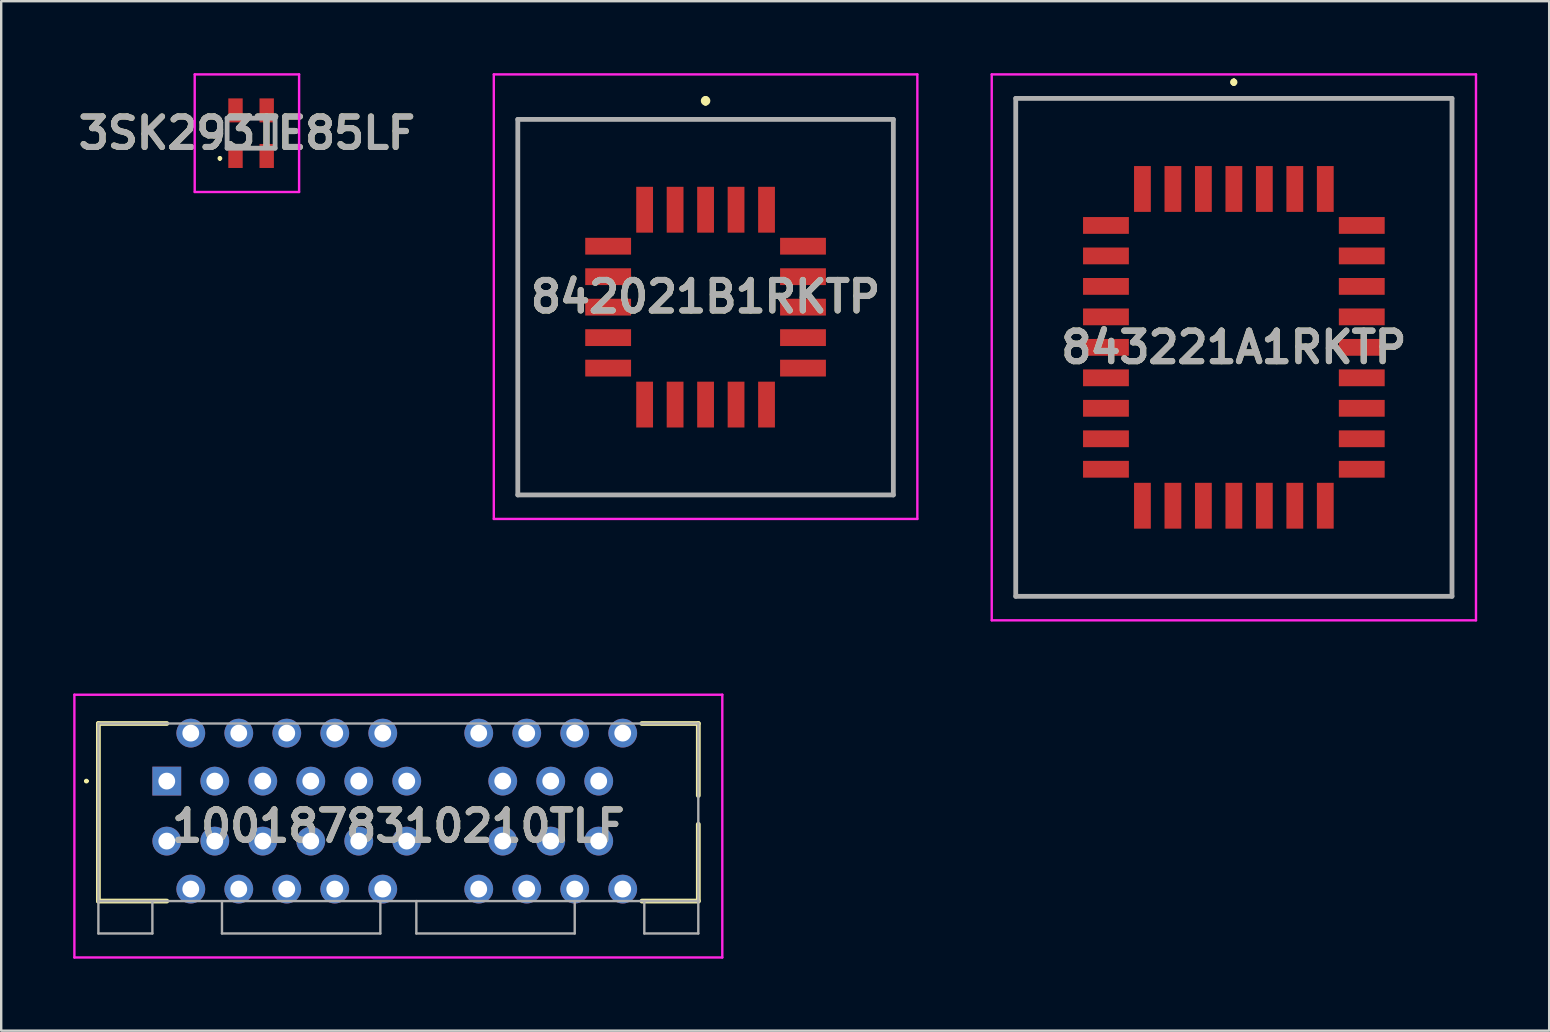
<source format=kicad_pcb>
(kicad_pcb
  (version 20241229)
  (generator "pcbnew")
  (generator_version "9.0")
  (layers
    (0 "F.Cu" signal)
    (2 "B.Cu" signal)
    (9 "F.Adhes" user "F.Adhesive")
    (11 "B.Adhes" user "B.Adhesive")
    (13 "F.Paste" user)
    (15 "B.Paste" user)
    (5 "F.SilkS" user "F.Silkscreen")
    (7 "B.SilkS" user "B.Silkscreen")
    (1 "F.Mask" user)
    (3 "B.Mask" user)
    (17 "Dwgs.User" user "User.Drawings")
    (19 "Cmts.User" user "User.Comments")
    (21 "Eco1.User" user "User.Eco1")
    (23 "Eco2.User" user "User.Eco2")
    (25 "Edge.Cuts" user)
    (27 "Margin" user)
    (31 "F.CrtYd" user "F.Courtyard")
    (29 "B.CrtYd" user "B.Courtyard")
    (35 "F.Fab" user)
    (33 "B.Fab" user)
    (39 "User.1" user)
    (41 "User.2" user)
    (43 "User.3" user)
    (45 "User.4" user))
  (footprint "1001878310210TLF"
    (layer "F.Cu")
    (at 3.9 29.5)
    (property "Reference" "1001878310210TLF" (at 9.65 1.875 0) (layer "F.SilkS") (effects (font (size 1.27 1.27) (thickness 0.254))))
    (attr through_hole)
    (fp_line (start -3.4 0) (end -3.4 0) (stroke (width 0.1) (type solid)) (layer "F.SilkS"))
    (fp_line (start -3.3 0) (end -3.3 0) (stroke (width 0.1) (type solid)) (layer "F.SilkS"))
    (fp_line (start -2.85 -2.4) (end -2.85 5) (stroke (width 0.2) (type solid)) (layer "F.SilkS"))
    (fp_line (start -2.85 5) (end 0 5) (stroke (width 0.2) (type solid)) (layer "F.SilkS"))
    (fp_line (start 0 -2.4) (end -2.85 -2.4) (stroke (width 0.2) (type solid)) (layer "F.SilkS"))
    (fp_line (start 19.8 -2.4) (end 22.15 -2.4) (stroke (width 0.2) (type solid)) (layer "F.SilkS"))
    (fp_line (start 19.8 5) (end 22.15 5) (stroke (width 0.2) (type solid)) (layer "F.SilkS"))
    (fp_line (start 22.15 -2.4) (end 22.15 0.6) (stroke (width 0.2) (type solid)) (layer "F.SilkS"))
    (fp_line (start 22.15 5) (end 22.15 1.8) (stroke (width 0.2) (type solid)) (layer "F.SilkS"))
    (fp_arc (start -3.4 0) (mid -3.35 -0.05) (end -3.3 0) (stroke (width 0.1) (type solid)) (layer "F.SilkS"))
    (fp_arc (start -3.3 0) (mid -3.35 0.05) (end -3.4 0) (stroke (width 0.1) (type solid)) (layer "F.SilkS"))
    (fp_line (start -3.85 -3.6) (end 23.15 -3.6) (stroke (width 0.1) (type solid)) (layer "F.CrtYd"))
    (fp_line (start -3.85 7.35) (end -3.85 -3.6) (stroke (width 0.1) (type solid)) (layer "F.CrtYd"))
    (fp_line (start 23.15 -3.6) (end 23.15 7.35) (stroke (width 0.1) (type solid)) (layer "F.CrtYd"))
    (fp_line (start 23.15 7.35) (end -3.85 7.35) (stroke (width 0.1) (type solid)) (layer "F.CrtYd"))
    (fp_line (start -2.85 -2.4) (end 22.15 -2.4) (stroke (width 0.1) (type solid)) (layer "F.Fab"))
    (fp_line (start -2.85 5) (end -2.85 -2.4) (stroke (width 0.1) (type solid)) (layer "F.Fab"))
    (fp_line (start -2.85 5) (end -2.85 6.35) (stroke (width 0.1) (type solid)) (layer "F.Fab"))
    (fp_line (start -2.85 6.35) (end -0.6 6.35) (stroke (width 0.1) (type solid)) (layer "F.Fab"))
    (fp_line (start -0.6 6.35) (end -0.6 5) (stroke (width 0.1) (type solid)) (layer "F.Fab"))
    (fp_line (start 2.3 6.35) (end 2.3 5) (stroke (width 0.1) (type solid)) (layer "F.Fab"))
    (fp_line (start 8.9 5) (end 8.9 6.35) (stroke (width 0.1) (type solid)) (layer "F.Fab"))
    (fp_line (start 8.9 6.35) (end 2.3 6.35) (stroke (width 0.1) (type solid)) (layer "F.Fab"))
    (fp_line (start 10.4 5) (end 10.4 6.35) (stroke (width 0.1) (type solid)) (layer "F.Fab"))
    (fp_line (start 10.4 6.35) (end 17 6.35) (stroke (width 0.1) (type solid)) (layer "F.Fab"))
    (fp_line (start 17 6.35) (end 17 5) (stroke (width 0.1) (type solid)) (layer "F.Fab"))
    (fp_line (start 19.9 6.35) (end 19.9 5) (stroke (width 0.1) (type solid)) (layer "F.Fab"))
    (fp_line (start 22.15 -2.4) (end 22.15 5) (stroke (width 0.1) (type solid)) (layer "F.Fab"))
    (fp_line (start 22.15 5) (end -2.85 5) (stroke (width 0.1) (type solid)) (layer "F.Fab"))
    (fp_line (start 22.15 5) (end 22.15 6.35) (stroke (width 0.1) (type solid)) (layer "F.Fab"))
    (fp_line (start 22.15 6.35) (end 19.9 6.35) (stroke (width 0.1) (type solid)) (layer "F.Fab"))
    (fp_text user "${REFERENCE}" (at 9.65 1.875 0) (layer "F.Fab") (effects (font (size 1.27 1.27) (thickness 0.254))))
    (pad "" np_thru_hole circle (at 11.65 1.25) (size 0.001 0.001) (drill 2.35) (layers "*.Cu" "*.Mask"))
    (pad "" np_thru_hole circle (at 20.8 1.25) (size 0.001 0.001) (drill 2.35) (layers "*.Cu" "*.Mask"))
    (pad "A1" thru_hole rect (at 0 0) (size 1.2 1.2) (drill 0.7) (layers "*.Cu" "*.Mask"))
    (pad "A2" thru_hole circle (at 1 -2) (size 1.2 1.2) (drill 0.7) (layers "*.Cu" "*.Mask"))
    (pad "A3" thru_hole circle (at 2 0) (size 1.2 1.2) (drill 0.7) (layers "*.Cu" "*.Mask"))
    (pad "A4" thru_hole circle (at 3 -2) (size 1.2 1.2) (drill 0.7) (layers "*.Cu" "*.Mask"))
    (pad "A5" thru_hole circle (at 4 0) (size 1.2 1.2) (drill 0.7) (layers "*.Cu" "*.Mask"))
    (pad "A6" thru_hole circle (at 5 -2) (size 1.2 1.2) (drill 0.7) (layers "*.Cu" "*.Mask"))
    (pad "A7" thru_hole circle (at 6 0) (size 1.2 1.2) (drill 0.7) (layers "*.Cu" "*.Mask"))
    (pad "A8" thru_hole circle (at 7 -2) (size 1.2 1.2) (drill 0.7) (layers "*.Cu" "*.Mask"))
    (pad "A9" thru_hole circle (at 8 0) (size 1.2 1.2) (drill 0.7) (layers "*.Cu" "*.Mask"))
    (pad "A10" thru_hole circle (at 9 -2) (size 1.2 1.2) (drill 0.7) (layers "*.Cu" "*.Mask"))
    (pad "A11" thru_hole circle (at 10 0) (size 1.2 1.2) (drill 0.7) (layers "*.Cu" "*.Mask"))
    (pad "A12" thru_hole circle (at 13 -2) (size 1.2 1.2) (drill 0.7) (layers "*.Cu" "*.Mask"))
    (pad "A13" thru_hole circle (at 14 0) (size 1.2 1.2) (drill 0.7) (layers "*.Cu" "*.Mask"))
    (pad "A14" thru_hole circle (at 15 -2) (size 1.2 1.2) (drill 0.7) (layers "*.Cu" "*.Mask"))
    (pad "A15" thru_hole circle (at 16 0) (size 1.2 1.2) (drill 0.7) (layers "*.Cu" "*.Mask"))
    (pad "A16" thru_hole circle (at 17 -2) (size 1.2 1.2) (drill 0.7) (layers "*.Cu" "*.Mask"))
    (pad "A17" thru_hole circle (at 18 0) (size 1.2 1.2) (drill 0.7) (layers "*.Cu" "*.Mask"))
    (pad "A18" thru_hole circle (at 19 -2) (size 1.2 1.2) (drill 0.7) (layers "*.Cu" "*.Mask"))
    (pad "B1" thru_hole circle (at 0 2.5) (size 1.2 1.2) (drill 0.7) (layers "*.Cu" "*.Mask"))
    (pad "B2" thru_hole circle (at 1 4.5) (size 1.2 1.2) (drill 0.7) (layers "*.Cu" "*.Mask"))
    (pad "B3" thru_hole circle (at 2 2.5) (size 1.2 1.2) (drill 0.7) (layers "*.Cu" "*.Mask"))
    (pad "B4" thru_hole circle (at 3 4.5) (size 1.2 1.2) (drill 0.7) (layers "*.Cu" "*.Mask"))
    (pad "B5" thru_hole circle (at 4 2.5) (size 1.2 1.2) (drill 0.7) (layers "*.Cu" "*.Mask"))
    (pad "B6" thru_hole circle (at 5 4.5) (size 1.2 1.2) (drill 0.7) (layers "*.Cu" "*.Mask"))
    (pad "B7" thru_hole circle (at 6 2.5) (size 1.2 1.2) (drill 0.7) (layers "*.Cu" "*.Mask"))
    (pad "B8" thru_hole circle (at 7 4.5) (size 1.2 1.2) (drill 0.7) (layers "*.Cu" "*.Mask"))
    (pad "B9" thru_hole circle (at 8 2.5) (size 1.2 1.2) (drill 0.7) (layers "*.Cu" "*.Mask"))
    (pad "B10" thru_hole circle (at 9 4.5) (size 1.2 1.2) (drill 0.7) (layers "*.Cu" "*.Mask"))
    (pad "B11" thru_hole circle (at 10 2.5) (size 1.2 1.2) (drill 0.7) (layers "*.Cu" "*.Mask"))
    (pad "B12" thru_hole circle (at 13 4.5) (size 1.2 1.2) (drill 0.7) (layers "*.Cu" "*.Mask"))
    (pad "B13" thru_hole circle (at 14 2.5) (size 1.2 1.2) (drill 0.7) (layers "*.Cu" "*.Mask"))
    (pad "B14" thru_hole circle (at 15 4.5) (size 1.2 1.2) (drill 0.7) (layers "*.Cu" "*.Mask"))
    (pad "B15" thru_hole circle (at 16 2.5) (size 1.2 1.2) (drill 0.7) (layers "*.Cu" "*.Mask"))
    (pad "B16" thru_hole circle (at 17 4.5) (size 1.2 1.2) (drill 0.7) (layers "*.Cu" "*.Mask"))
    (pad "B17" thru_hole circle (at 18 2.5) (size 1.2 1.2) (drill 0.7) (layers "*.Cu" "*.Mask"))
    (pad "B18" thru_hole circle (at 19 4.5) (size 1.2 1.2) (drill 0.7) (layers "*.Cu" "*.Mask")))
  (footprint "843221A1RKTP"
    (layer "F.Cu")
    (at 48.368 11.425)
    (property "Reference" "843221A1RKTP" (at 0 0 0) (layer "F.SilkS") (effects (font (size 1.27 1.27) (thickness 0.254))))
    (attr through_hole)
    (fp_line (start -9.09 -10.375) (end 9.09 -10.375) (stroke (width 0.1) (type solid)) (layer "F.SilkS"))
    (fp_line (start -9.09 10.375) (end -9.09 -10.375) (stroke (width 0.1) (type solid)) (layer "F.SilkS"))
    (fp_line (start 0 -11.1) (end 0 -11.1) (stroke (width 0.2) (type solid)) (layer "F.SilkS"))
    (fp_line (start 0 -11.1) (end 0 -11.1) (stroke (width 0.2) (type solid)) (layer "F.SilkS"))
    (fp_line (start 0 -11) (end 0 -11) (stroke (width 0.2) (type solid)) (layer "F.SilkS"))
    (fp_line (start 9.09 -10.375) (end 9.09 10.375) (stroke (width 0.1) (type solid)) (layer "F.SilkS"))
    (fp_line (start 9.09 10.375) (end -9.09 10.375) (stroke (width 0.1) (type solid)) (layer "F.SilkS"))
    (fp_arc (start 0 -11.1) (mid 0.05 -11.05) (end 0 -11) (stroke (width 0.2) (type solid)) (layer "F.SilkS"))
    (fp_arc (start 0 -11) (mid -0.05 -11.05) (end 0 -11.1) (stroke (width 0.2) (type solid)) (layer "F.SilkS"))
    (fp_arc (start 0 -11) (mid -0.05 -11.05) (end 0 -11.1) (stroke (width 0.2) (type solid)) (layer "F.SilkS"))
    (fp_line (start -10.09 -11.375) (end 10.09 -11.375) (stroke (width 0.1) (type solid)) (layer "F.CrtYd"))
    (fp_line (start -10.09 11.375) (end -10.09 -11.375) (stroke (width 0.1) (type solid)) (layer "F.CrtYd"))
    (fp_line (start 10.09 -11.375) (end 10.09 11.375) (stroke (width 0.1) (type solid)) (layer "F.CrtYd"))
    (fp_line (start 10.09 11.375) (end -10.09 11.375) (stroke (width 0.1) (type solid)) (layer "F.CrtYd"))
    (fp_line (start -9.09 -10.375) (end -9.09 10.375) (stroke (width 0.2) (type solid)) (layer "F.Fab"))
    (fp_line (start -9.09 10.375) (end 9.09 10.375) (stroke (width 0.2) (type solid)) (layer "F.Fab"))
    (fp_line (start 9.09 -10.375) (end -9.09 -10.375) (stroke (width 0.2) (type solid)) (layer "F.Fab"))
    (fp_line (start 9.09 10.375) (end 9.09 -10.375) (stroke (width 0.2) (type solid)) (layer "F.Fab"))
    (fp_text user "${REFERENCE}" (at 0 0 0) (layer "F.Fab") (effects (font (size 1.27 1.27) (thickness 0.254))))
    (pad "" np_thru_hole circle (at 7.62 -8.89) (size 0.001 0.001) (drill 1.7) (layers "*.Cu" "*.Mask"))
    (pad "" np_thru_hole circle (at 7.62 8.89) (size 0.001 0.001) (drill 1.7) (layers "*.Cu" "*.Mask"))
    (pad "1" smd rect (at 0 -6.6) (size 0.7 1.91) (layers "F.Cu" "F.Mask" "F.Paste"))
    (pad "2" smd rect (at -1.27 -6.6) (size 0.7 1.91) (layers "F.Cu" "F.Mask" "F.Paste"))
    (pad "3" smd rect (at -2.54 -6.6) (size 0.7 1.91) (layers "F.Cu" "F.Mask" "F.Paste"))
    (pad "4" smd rect (at -3.81 -6.6) (size 0.7 1.91) (layers "F.Cu" "F.Mask" "F.Paste"))
    (pad "5" smd rect (at -5.33 -5.08 90) (size 0.7 1.91) (layers "F.Cu" "F.Mask" "F.Paste"))
    (pad "6" smd rect (at -5.33 -3.81 90) (size 0.7 1.91) (layers "F.Cu" "F.Mask" "F.Paste"))
    (pad "7" smd rect (at -5.33 -2.54 90) (size 0.7 1.91) (layers "F.Cu" "F.Mask" "F.Paste"))
    (pad "8" smd rect (at -5.33 -1.27 90) (size 0.7 1.91) (layers "F.Cu" "F.Mask" "F.Paste"))
    (pad "9" smd rect (at -5.33 0 90) (size 0.7 1.91) (layers "F.Cu" "F.Mask" "F.Paste"))
    (pad "10" smd rect (at -5.33 1.27 90) (size 0.7 1.91) (layers "F.Cu" "F.Mask" "F.Paste"))
    (pad "11" smd rect (at -5.33 2.54 90) (size 0.7 1.91) (layers "F.Cu" "F.Mask" "F.Paste"))
    (pad "12" smd rect (at -5.33 3.81 90) (size 0.7 1.91) (layers "F.Cu" "F.Mask" "F.Paste"))
    (pad "13" smd rect (at -5.33 5.08 90) (size 0.7 1.91) (layers "F.Cu" "F.Mask" "F.Paste"))
    (pad "14" smd rect (at -3.81 6.6) (size 0.7 1.91) (layers "F.Cu" "F.Mask" "F.Paste"))
    (pad "15" smd rect (at -2.54 6.6) (size 0.7 1.91) (layers "F.Cu" "F.Mask" "F.Paste"))
    (pad "16" smd rect (at -1.27 6.6) (size 0.7 1.91) (layers "F.Cu" "F.Mask" "F.Paste"))
    (pad "17" smd rect (at 0 6.6) (size 0.7 1.91) (layers "F.Cu" "F.Mask" "F.Paste"))
    (pad "18" smd rect (at 1.27 6.6) (size 0.7 1.91) (layers "F.Cu" "F.Mask" "F.Paste"))
    (pad "19" smd rect (at 2.54 6.6) (size 0.7 1.91) (layers "F.Cu" "F.Mask" "F.Paste"))
    (pad "20" smd rect (at 3.81 6.6) (size 0.7 1.91) (layers "F.Cu" "F.Mask" "F.Paste"))
    (pad "21" smd rect (at 5.33 5.08 90) (size 0.7 1.91) (layers "F.Cu" "F.Mask" "F.Paste"))
    (pad "22" smd rect (at 5.33 3.81 90) (size 0.7 1.91) (layers "F.Cu" "F.Mask" "F.Paste"))
    (pad "23" smd rect (at 5.33 2.54 90) (size 0.7 1.91) (layers "F.Cu" "F.Mask" "F.Paste"))
    (pad "24" smd rect (at 5.33 1.27 90) (size 0.7 1.91) (layers "F.Cu" "F.Mask" "F.Paste"))
    (pad "25" smd rect (at 5.33 0 90) (size 0.7 1.91) (layers "F.Cu" "F.Mask" "F.Paste"))
    (pad "26" smd rect (at 5.33 -1.27 90) (size 0.7 1.91) (layers "F.Cu" "F.Mask" "F.Paste"))
    (pad "27" smd rect (at 5.33 -2.54 90) (size 0.7 1.91) (layers "F.Cu" "F.Mask" "F.Paste"))
    (pad "28" smd rect (at 5.33 -3.81 90) (size 0.7 1.91) (layers "F.Cu" "F.Mask" "F.Paste"))
    (pad "29" smd rect (at 5.33 -5.08 90) (size 0.7 1.91) (layers "F.Cu" "F.Mask" "F.Paste"))
    (pad "30" smd rect (at 3.81 -6.6) (size 0.7 1.91) (layers "F.Cu" "F.Mask" "F.Paste"))
    (pad "31" smd rect (at 2.54 -6.6) (size 0.7 1.91) (layers "F.Cu" "F.Mask" "F.Paste"))
    (pad "32" smd rect (at 1.27 -6.6) (size 0.7 1.91) (layers "F.Cu" "F.Mask" "F.Paste")))
  (footprint "842021B1RKTP"
    (layer "F.Cu")
    (at 26.353 9.75)
    (property "Reference" "842021B1RKTP" (at 0 -0.438 0) (layer "F.SilkS") (effects (font (size 1.27 1.27) (thickness 0.254))))
    (attr through_hole)
    (fp_line (start -7.825 -7.825) (end 7.825 -7.825) (stroke (width 0.1) (type solid)) (layer "F.SilkS"))
    (fp_line (start -7.825 7.825) (end -7.825 -7.825) (stroke (width 0.1) (type solid)) (layer "F.SilkS"))
    (fp_line (start 0 -8.7) (end 0 -8.7) (stroke (width 0.2) (type solid)) (layer "F.SilkS"))
    (fp_line (start 0 -8.5) (end 0 -8.5) (stroke (width 0.2) (type solid)) (layer "F.SilkS"))
    (fp_line (start 7.825 -7.825) (end 7.825 7.825) (stroke (width 0.1) (type solid)) (layer "F.SilkS"))
    (fp_line (start 7.825 7.825) (end -7.825 7.825) (stroke (width 0.1) (type solid)) (layer "F.SilkS"))
    (fp_arc (start 0 -8.7) (mid 0.1 -8.6) (end 0 -8.5) (stroke (width 0.2) (type solid)) (layer "F.SilkS"))
    (fp_arc (start 0 -8.5) (mid -0.1 -8.6) (end 0 -8.7) (stroke (width 0.2) (type solid)) (layer "F.SilkS"))
    (fp_line (start -8.825 -9.7) (end 8.825 -9.7) (stroke (width 0.1) (type solid)) (layer "F.CrtYd"))
    (fp_line (start -8.825 8.825) (end -8.825 -9.7) (stroke (width 0.1) (type solid)) (layer "F.CrtYd"))
    (fp_line (start 8.825 -9.7) (end 8.825 8.825) (stroke (width 0.1) (type solid)) (layer "F.CrtYd"))
    (fp_line (start 8.825 8.825) (end -8.825 8.825) (stroke (width 0.1) (type solid)) (layer "F.CrtYd"))
    (fp_line (start -7.825 -7.825) (end 7.825 -7.825) (stroke (width 0.2) (type solid)) (layer "F.Fab"))
    (fp_line (start -7.825 7.825) (end -7.825 -7.825) (stroke (width 0.2) (type solid)) (layer "F.Fab"))
    (fp_line (start 7.825 -7.825) (end 7.825 7.825) (stroke (width 0.2) (type solid)) (layer "F.Fab"))
    (fp_line (start 7.825 7.825) (end -7.825 7.825) (stroke (width 0.2) (type solid)) (layer "F.Fab"))
    (fp_text user "${REFERENCE}" (at 0 -0.438 0) (layer "F.Fab") (effects (font (size 1.27 1.27) (thickness 0.254))))
    (pad "" np_thru_hole circle (at 6.35 -6.35) (size 0.001 0.001) (drill 1.7) (layers "*.Cu" "*.Mask"))
    (pad "" np_thru_hole circle (at 6.35 6.35) (size 0.001 0.001) (drill 1.7) (layers "*.Cu" "*.Mask"))
    (pad "1" smd rect (at 0 -4.06) (size 0.7 1.91) (layers "F.Cu" "F.Mask" "F.Paste"))
    (pad "2" smd rect (at -1.27 -4.06) (size 0.7 1.91) (layers "F.Cu" "F.Mask" "F.Paste"))
    (pad "3" smd rect (at -2.54 -4.06) (size 0.7 1.91) (layers "F.Cu" "F.Mask" "F.Paste"))
    (pad "4" smd rect (at -4.06 -2.54 90) (size 0.7 1.91) (layers "F.Cu" "F.Mask" "F.Paste"))
    (pad "5" smd rect (at -4.06 -1.27 90) (size 0.7 1.91) (layers "F.Cu" "F.Mask" "F.Paste"))
    (pad "6" smd rect (at -4.06 0 90) (size 0.7 1.91) (layers "F.Cu" "F.Mask" "F.Paste"))
    (pad "7" smd rect (at -4.06 1.27 90) (size 0.7 1.91) (layers "F.Cu" "F.Mask" "F.Paste"))
    (pad "8" smd rect (at -4.06 2.54 90) (size 0.7 1.91) (layers "F.Cu" "F.Mask" "F.Paste"))
    (pad "9" smd rect (at -2.54 4.06) (size 0.7 1.91) (layers "F.Cu" "F.Mask" "F.Paste"))
    (pad "10" smd rect (at -1.27 4.06) (size 0.7 1.91) (layers "F.Cu" "F.Mask" "F.Paste"))
    (pad "11" smd rect (at 0 4.06) (size 0.7 1.91) (layers "F.Cu" "F.Mask" "F.Paste"))
    (pad "12" smd rect (at 1.27 4.06) (size 0.7 1.91) (layers "F.Cu" "F.Mask" "F.Paste"))
    (pad "13" smd rect (at 2.54 4.06) (size 0.7 1.91) (layers "F.Cu" "F.Mask" "F.Paste"))
    (pad "14" smd rect (at 4.06 2.54 90) (size 0.7 1.91) (layers "F.Cu" "F.Mask" "F.Paste"))
    (pad "15" smd rect (at 4.06 1.27 90) (size 0.7 1.91) (layers "F.Cu" "F.Mask" "F.Paste"))
    (pad "16" smd rect (at 4.06 0 90) (size 0.7 1.91) (layers "F.Cu" "F.Mask" "F.Paste"))
    (pad "17" smd rect (at 4.06 -1.27 90) (size 0.7 1.91) (layers "F.Cu" "F.Mask" "F.Paste"))
    (pad "18" smd rect (at 4.06 -2.54 90) (size 0.7 1.91) (layers "F.Cu" "F.Mask" "F.Paste"))
    (pad "19" smd rect (at 2.54 -4.06) (size 0.7 1.91) (layers "F.Cu" "F.Mask" "F.Paste"))
    (pad "20" smd rect (at 1.27 -4.06) (size 0.7 1.91) (layers "F.Cu" "F.Mask" "F.Paste")))
  (footprint "3SK293TE85LF"
    (layer "F.Cu")
    (at 7.414 2.5)
    (property "Reference" "3SK293TE85LF" (at -0.175 0 0) (layer "F.SilkS") (effects (font (size 1.27 1.27) (thickness 0.254))))
    (attr smd)
    (fp_line (start -1.3 1) (end -1.3 1) (stroke (width 0.1) (type solid)) (layer "F.SilkS"))
    (fp_line (start -1.3 1.1) (end -1.3 1.1) (stroke (width 0.1) (type solid)) (layer "F.SilkS"))
    (fp_line (start -1 -0.3) (end -1 0.3) (stroke (width 0.1) (type solid)) (layer "F.SilkS"))
    (fp_line (start -0.1 -0.625) (end 0.1 -0.625) (stroke (width 0.1) (type solid)) (layer "F.SilkS"))
    (fp_line (start -0.1 0.625) (end 0.1 0.625) (stroke (width 0.1) (type solid)) (layer "F.SilkS"))
    (fp_line (start 1 -0.2) (end 1 0.3) (stroke (width 0.1) (type solid)) (layer "F.SilkS"))
    (fp_arc (start -1.3 1) (mid -1.25 1.05) (end -1.3 1.1) (stroke (width 0.1) (type solid)) (layer "F.SilkS"))
    (fp_arc (start -1.3 1.1) (mid -1.35 1.05) (end -1.3 1) (stroke (width 0.1) (type solid)) (layer "F.SilkS"))
    (fp_line (start -2.35 -2.45) (end 2 -2.45) (stroke (width 0.1) (type solid)) (layer "F.CrtYd"))
    (fp_line (start -2.35 2.45) (end -2.35 -2.45) (stroke (width 0.1) (type solid)) (layer "F.CrtYd"))
    (fp_line (start 2 -2.45) (end 2 2.45) (stroke (width 0.1) (type solid)) (layer "F.CrtYd"))
    (fp_line (start 2 2.45) (end -2.35 2.45) (stroke (width 0.1) (type solid)) (layer "F.CrtYd"))
    (fp_line (start -1 -0.625) (end 1 -0.625) (stroke (width 0.2) (type solid)) (layer "F.Fab"))
    (fp_line (start -1 0.625) (end -1 -0.625) (stroke (width 0.2) (type solid)) (layer "F.Fab"))
    (fp_line (start 1 -0.625) (end 1 0.625) (stroke (width 0.2) (type solid)) (layer "F.Fab"))
    (fp_line (start 1 0.625) (end -1 0.625) (stroke (width 0.2) (type solid)) (layer "F.Fab"))
    (fp_text user "${REFERENCE}" (at -0.175 0 0) (layer "F.Fab") (effects (font (size 1.27 1.27) (thickness 0.254))))
    (pad "1" smd rect (at -0.65 0.95) (size 0.6 1) (layers "F.Cu" "F.Mask" "F.Paste"))
    (pad "2" smd rect (at 0.65 0.95) (size 0.6 1) (layers "F.Cu" "F.Mask" "F.Paste"))
    (pad "3" smd rect (at 0.65 -0.95) (size 0.6 1) (layers "F.Cu" "F.Mask" "F.Paste"))
    (pad "4" smd rect (at -0.65 -0.95) (size 0.6 1) (layers "F.Cu" "F.Mask" "F.Paste")))
  (gr_rect
    (start -3 -3)
    (end 61.508 39.9)
    (stroke (width 0.1) (type default))
    (fill no)
    (layer "Edge.Cuts")))
</source>
